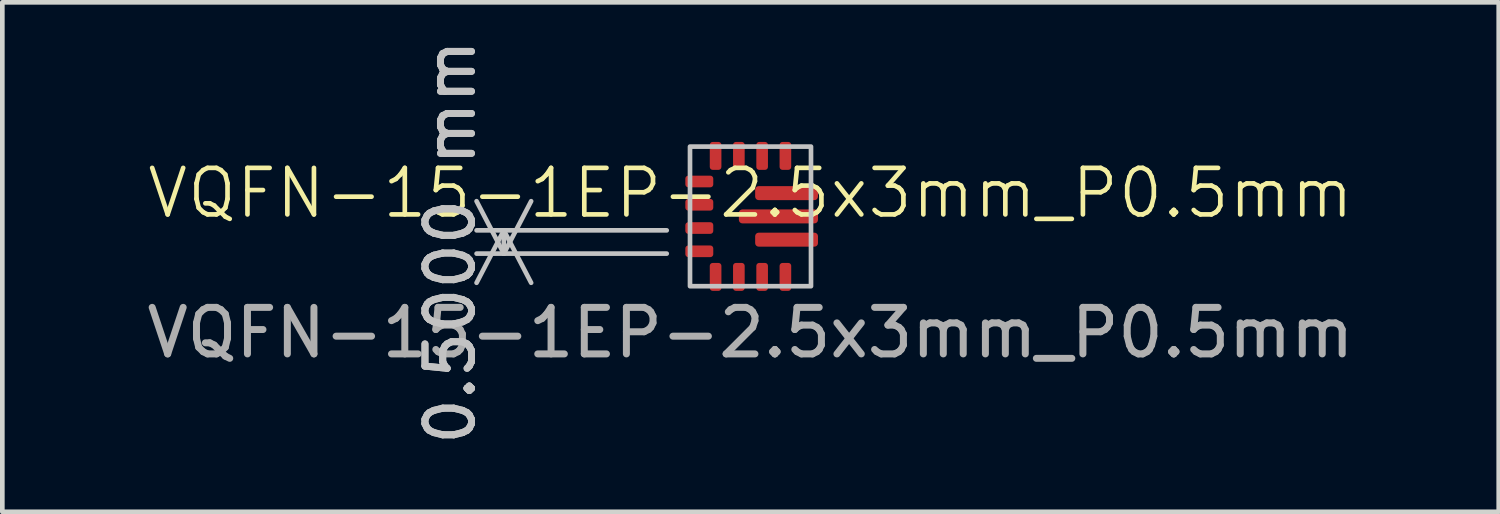
<source format=kicad_pcb>
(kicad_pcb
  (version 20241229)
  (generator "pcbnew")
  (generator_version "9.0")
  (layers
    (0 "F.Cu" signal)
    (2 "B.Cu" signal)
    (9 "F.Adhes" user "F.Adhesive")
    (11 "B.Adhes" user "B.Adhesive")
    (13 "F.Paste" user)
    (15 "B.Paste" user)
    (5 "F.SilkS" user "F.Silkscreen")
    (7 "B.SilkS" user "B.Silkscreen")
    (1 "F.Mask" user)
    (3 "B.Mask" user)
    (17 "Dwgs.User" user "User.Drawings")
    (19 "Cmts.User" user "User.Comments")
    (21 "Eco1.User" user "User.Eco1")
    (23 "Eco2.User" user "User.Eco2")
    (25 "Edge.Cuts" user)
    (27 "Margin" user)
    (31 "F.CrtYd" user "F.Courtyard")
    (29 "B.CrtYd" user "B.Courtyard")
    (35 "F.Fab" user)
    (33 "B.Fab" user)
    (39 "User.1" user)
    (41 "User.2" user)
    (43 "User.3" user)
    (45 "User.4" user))
  (footprint "VQFN-15-1EP-2.5x3mm_P0.5mm"
    (layer "F.Cu")
    (at 13.077 1.6)
    (property "Reference" "VQFN-15-1EP-2.5x3mm_P0.5mm" (at 0 -0.5 0) (unlocked yes) (layer "F.SilkS") (effects (font (size 1 1) (thickness 0.1))))
    (attr smd)
    (fp_rect (start -1.4 -0.875) (end -0.8 -0.625) (stroke (width 0.1) (type solid)) (fill yes) (layer "F.Paste"))
    (fp_rect (start -1.4 -0.375) (end -0.8 -0.125) (stroke (width 0.1) (type solid)) (fill yes) (layer "F.Paste"))
    (fp_rect (start -1.4 0.137) (end -0.8 0.363) (stroke (width 0.1) (type solid)) (fill yes) (layer "F.Paste"))
    (fp_rect (start -1.4 0.625) (end -0.8 0.875) (stroke (width 0.1) (type solid)) (fill yes) (layer "F.Paste"))
    (fp_rect (start -0.9 -1.55) (end -0.6 -1.05) (stroke (width 0.1) (type solid)) (fill yes) (layer "F.Paste"))
    (fp_rect (start -0.9 1.05) (end -0.6 1.55) (stroke (width 0.1) (type solid)) (fill yes) (layer "F.Paste"))
    (fp_rect (start -0.4 -1.55) (end -0.1 -1.05) (stroke (width 0.1) (type solid)) (fill yes) (layer "F.Paste"))
    (fp_rect (start -0.4 1.05) (end -0.1 1.55) (stroke (width 0.1) (type solid)) (fill yes) (layer "F.Paste"))
    (fp_rect (start -0.143 -0.15) (end 1.353 0.15) (stroke (width 0.1) (type solid)) (fill yes) (layer "F.Paste"))
    (fp_rect (start 0.1 -1.55) (end 0.9 -1.05) (stroke (width 0.1) (type solid)) (fill yes) (layer "F.Paste"))
    (fp_rect (start 0.1 1.05) (end 0.9 1.55) (stroke (width 0.1) (type solid)) (fill yes) (layer "F.Paste"))
    (fp_rect (start 0.202 -0.65) (end 1.348 -0.35) (stroke (width 0.1) (type solid)) (fill yes) (layer "F.Paste"))
    (fp_rect (start 0.205 0.35) (end 1.35 0.65) (stroke (width 0.1) (type solid)) (fill yes) (layer "F.Paste"))
    (fp_rect (start -1.3 1.5) (end 1.3 -1.5) (stroke (width 0.1) (type default)) (fill no) (layer "Dwgs.User"))
    (fp_text user "${REFERENCE}" (at 0 2.5 0) (unlocked yes) (layer "F.Fab") (effects (font (size 1 1) (thickness 0.15))))
    (dimension (type aligned) (layer "Dwgs.User") (pts (xy 11.777 2.4) (xy 11.777 1.9)) (height -4) (format (prefix "") (suffix "") (units 3) (units_format 1) (precision 4)) (style (thickness 0.1) (arrow_length 1.27) (text_position_mode 0) (arrow_direction outward) (extension_height 0.586) (extension_offset 0.5) (keep_text_aligned yes)) (gr_text "0.5000 mm" (at 6.627 2.15 90) (layer "Dwgs.User") (effects (font (size 1 1) (thickness 0.15)))))
    (pad "1" smd roundrect (at -1.1 -0.75) (size 0.6 0.25) (layers "F.Cu" "F.Mask" "F.Paste") (roundrect_rratio 0.25))
    (pad "2" smd roundrect (at -1.1 -0.25) (size 0.6 0.25) (layers "F.Cu" "F.Mask" "F.Paste") (roundrect_rratio 0.25))
    (pad "3" smd roundrect (at -1.1 0.25) (size 0.6 0.25) (layers "F.Cu" "F.Mask" "F.Paste") (roundrect_rratio 0.25))
    (pad "4" smd roundrect (at -1.1 0.75) (size 0.6 0.25) (layers "F.Cu" "F.Mask" "F.Paste") (roundrect_rratio 0.25))
    (pad "5" smd roundrect (at -0.75 1.3 90) (size 0.6 0.25) (layers "F.Cu" "F.Mask" "F.Paste") (roundrect_rratio 0.25))
    (pad "6" smd roundrect (at -0.25 1.3 90) (size 0.6 0.25) (layers "F.Cu" "F.Mask" "F.Paste") (roundrect_rratio 0.25))
    (pad "7" smd roundrect (at 0.25 1.3 90) (size 0.6 0.25) (layers "F.Cu" "F.Mask" "F.Paste") (roundrect_rratio 0.25))
    (pad "8" smd roundrect (at 0.75 1.3 90) (size 0.6 0.25) (layers "F.Cu" "F.Mask" "F.Paste") (roundrect_rratio 0.25))
    (pad "9" smd roundrect (at 0.775 0.5 180) (size 1.35 0.3) (layers "F.Cu" "F.Mask" "F.Paste") (roundrect_rratio 0.25))
    (pad "10" smd roundrect (at 0.6 0 180) (size 1.7 0.3) (layers "F.Cu" "F.Mask" "F.Paste") (roundrect_rratio 0.25))
    (pad "11" smd roundrect (at 0.775 -0.5 180) (size 1.35 0.3) (layers "F.Cu" "F.Mask" "B.Adhes" "F.Paste") (roundrect_rratio 0.25))
    (pad "12" smd roundrect (at 0.75 -1.3 270) (size 0.6 0.25) (layers "F.Cu" "F.Mask" "F.Paste") (roundrect_rratio 0.25))
    (pad "13" smd roundrect (at 0.25 -1.3 270) (size 0.6 0.25) (layers "F.Cu" "F.Mask" "F.Paste") (roundrect_rratio 0.25))
    (pad "14" smd roundrect (at -0.25 -1.3 270) (size 0.6 0.25) (layers "F.Cu" "F.Mask" "F.Paste") (roundrect_rratio 0.25))
    (pad "15" smd roundrect (at -0.75 -1.3 270) (size 0.6 0.25) (layers "F.Cu" "F.Mask" "F.Paste") (roundrect_rratio 0.25)))
  (gr_rect
    (start -3 -3)
    (end 29.155 7.948)
    (stroke (width 0.1) (type default))
    (fill no)
    (layer "Edge.Cuts")))
</source>
